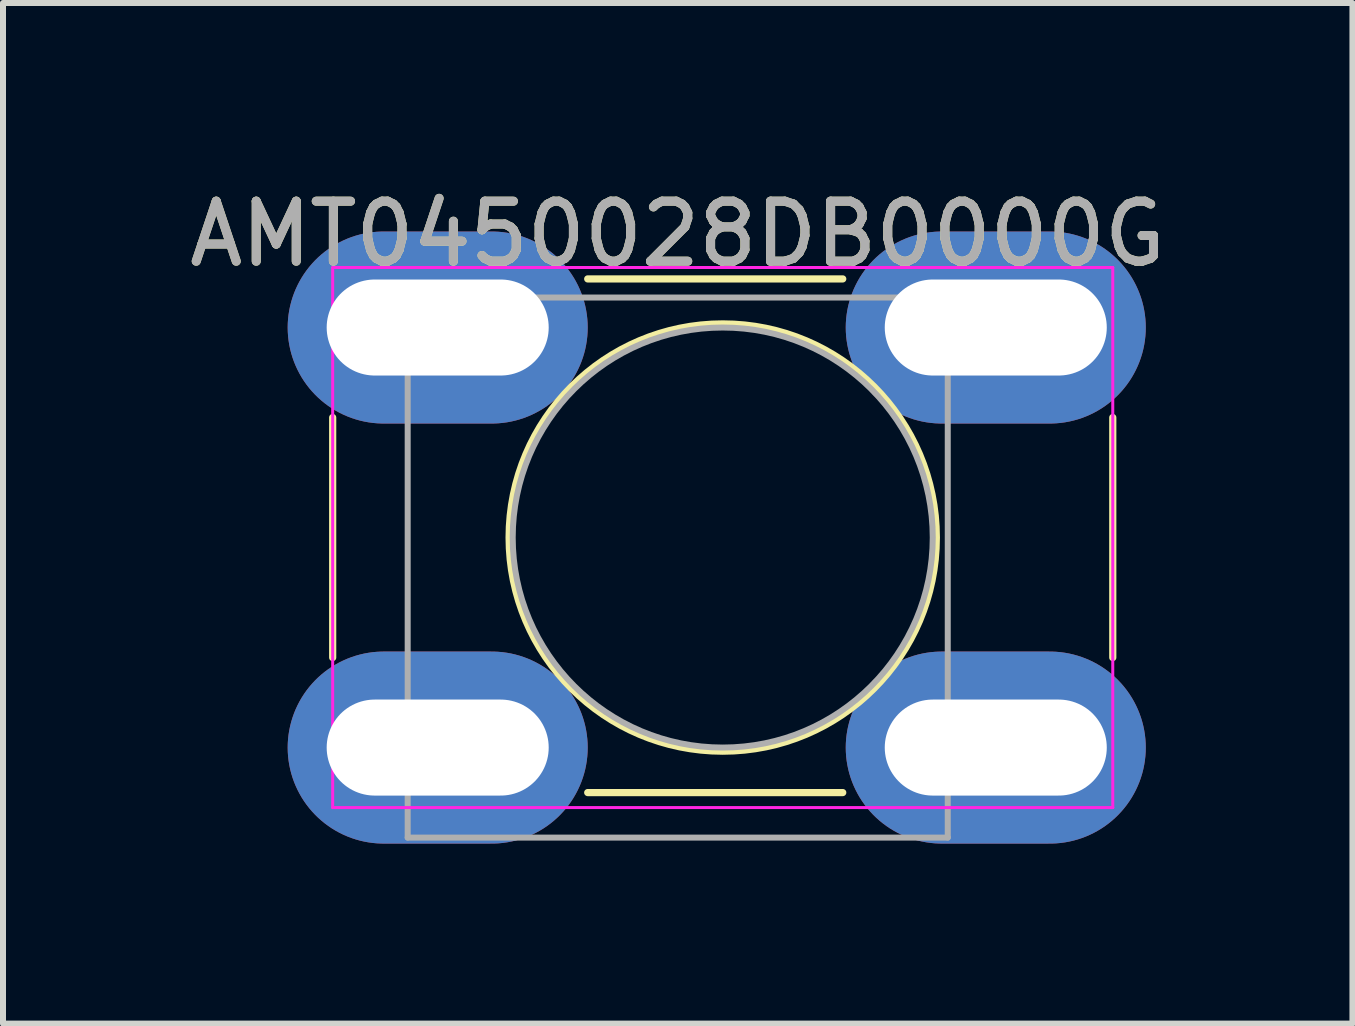
<source format=kicad_pcb>
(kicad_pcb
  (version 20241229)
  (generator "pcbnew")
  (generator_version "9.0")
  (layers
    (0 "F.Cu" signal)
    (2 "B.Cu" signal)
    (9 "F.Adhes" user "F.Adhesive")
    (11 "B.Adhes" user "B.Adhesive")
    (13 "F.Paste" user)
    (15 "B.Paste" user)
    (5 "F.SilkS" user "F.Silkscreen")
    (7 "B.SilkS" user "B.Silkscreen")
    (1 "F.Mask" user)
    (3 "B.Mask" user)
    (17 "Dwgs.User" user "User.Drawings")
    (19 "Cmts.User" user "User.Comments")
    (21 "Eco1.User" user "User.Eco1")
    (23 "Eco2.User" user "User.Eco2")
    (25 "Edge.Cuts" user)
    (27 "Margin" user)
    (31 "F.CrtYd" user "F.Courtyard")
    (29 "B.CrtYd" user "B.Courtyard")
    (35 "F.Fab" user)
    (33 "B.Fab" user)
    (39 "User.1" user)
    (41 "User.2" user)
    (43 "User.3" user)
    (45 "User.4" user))
  (footprint "AMT0450028DB0000G"
    (layer "F.Cu")
    (at 4.244 2.408)
    (property "Reference" "AMT0450028DB0000G" (at 4 -1.56 0) (layer "F.SilkS") (effects (font (size 1 1) (thickness 0.15))))
    (attr through_hole)
    (fp_line (start -1.75 1.5) (end -1.75 5.5) (stroke (width 0.12) (type solid)) (layer "F.SilkS"))
    (fp_line (start 2.5 -0.81) (end 6.75 -0.81) (stroke (width 0.12) (type solid)) (layer "F.SilkS"))
    (fp_line (start 2.5 7.75) (end 6.75 7.75) (stroke (width 0.12) (type solid)) (layer "F.SilkS"))
    (fp_line (start 11.25 1.5) (end 11.25 5.5) (stroke (width 0.12) (type solid)) (layer "F.SilkS"))
    (fp_circle (center 4.75 3.5) (end 8.31 3.5) (stroke (width 0.12) (type solid)) (fill no) (layer "F.SilkS"))
    (fp_line (start -1.75 -1) (end -1.75 8) (stroke (width 0.05) (type solid)) (layer "F.CrtYd"))
    (fp_line (start -1.75 8) (end 11.25 8) (stroke (width 0.05) (type solid)) (layer "F.CrtYd"))
    (fp_line (start 11.25 -1) (end -1.75 -1) (stroke (width 0.05) (type solid)) (layer "F.CrtYd"))
    (fp_line (start 11.25 8) (end 11.25 -1) (stroke (width 0.05) (type solid)) (layer "F.CrtYd"))
    (fp_line (start -0.5 -0.5) (end -0.5 8.5) (stroke (width 0.1) (type solid)) (layer "F.Fab"))
    (fp_line (start -0.5 -0.5) (end 8.5 -0.5) (stroke (width 0.1) (type solid)) (layer "F.Fab"))
    (fp_line (start -0.5 8.5) (end 8.5 8.5) (stroke (width 0.1) (type solid)) (layer "F.Fab"))
    (fp_line (start 8.5 -0.5) (end 8.5 8.5) (stroke (width 0.1) (type solid)) (layer "F.Fab"))
    (fp_circle (center 4.75 3.5) (end 8.25 3.5) (stroke (width 0.1) (type solid)) (fill no) (layer "F.Fab"))
    (fp_text user "${REFERENCE}" (at 4 -1.56 0) (layer "F.Fab") (effects (font (size 1 1) (thickness 0.15))))
    (pad "1" thru_hole oval (at 0 0) (size 5 3.2) (drill oval 3.7 1.6) (layers "*.Cu" "*.Mask"))
    (pad "1" thru_hole oval (at 0 7) (size 5 3.2) (drill oval 3.7 1.6) (layers "*.Cu" "*.Mask"))
    (pad "1" thru_hole oval (at 9.3 0) (size 5 3.2) (drill oval 3.7 1.6) (layers "*.Cu" "*.Mask"))
    (pad "1" thru_hole oval (at 9.3 7) (size 5 3.2) (drill oval 3.7 1.6) (layers "*.Cu" "*.Mask")))
  (gr_rect
    (start -3 -3)
    (end 19.488 14.008)
    (stroke (width 0.1) (type default))
    (fill no)
    (layer "Edge.Cuts")))
</source>
